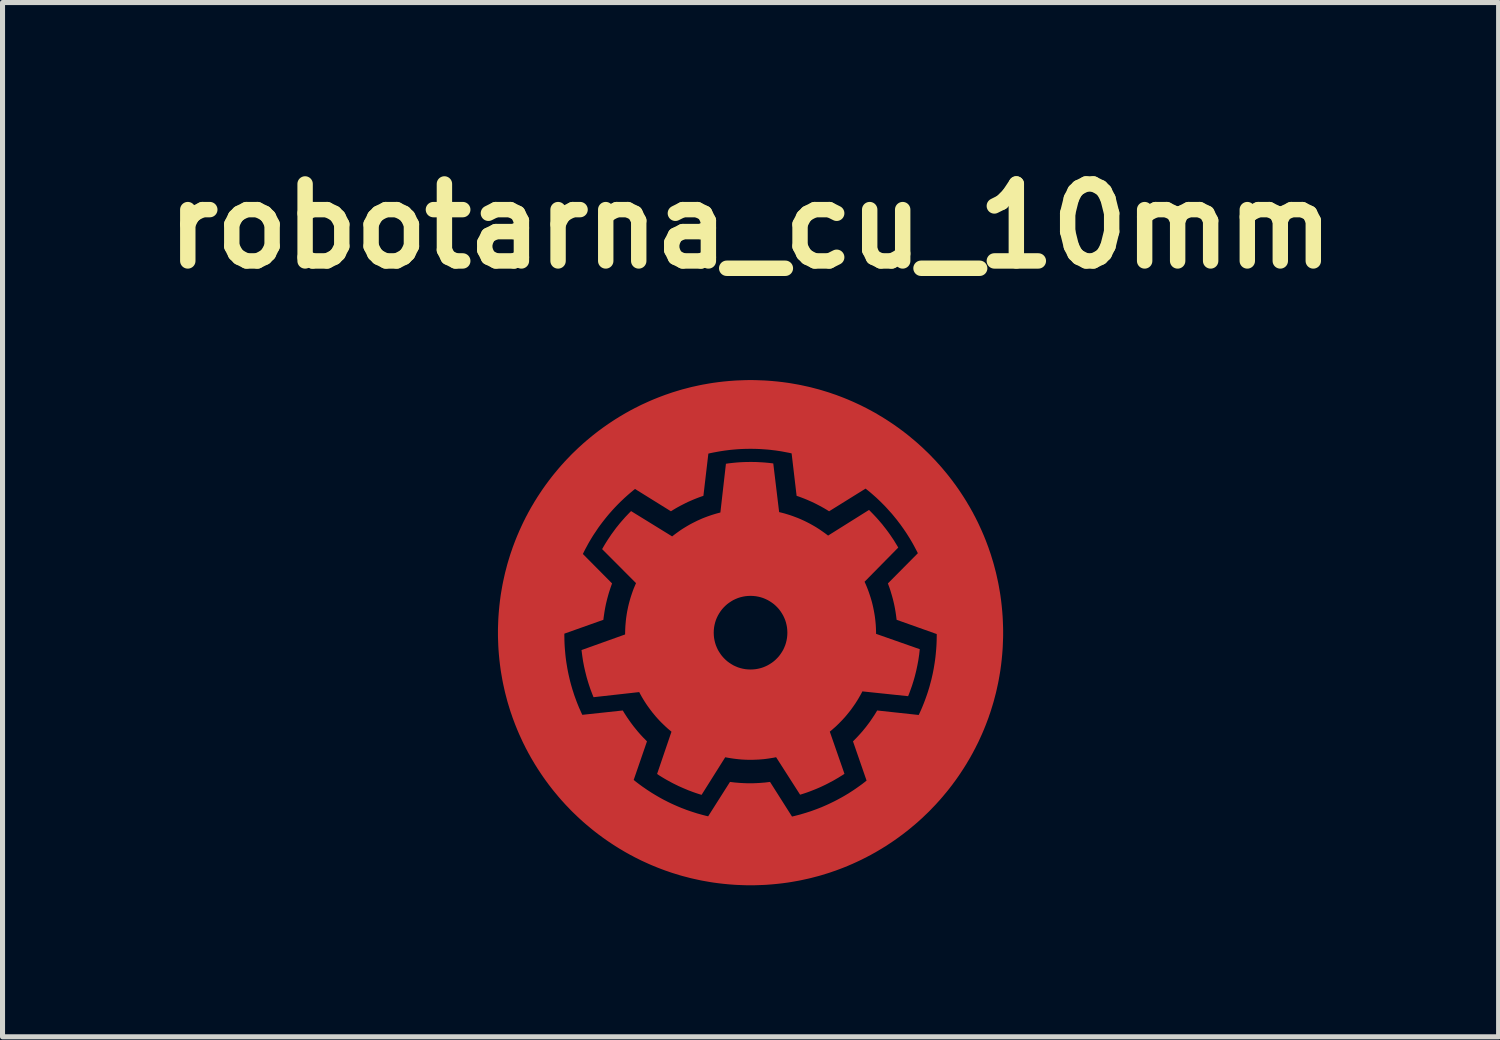
<source format=kicad_pcb>
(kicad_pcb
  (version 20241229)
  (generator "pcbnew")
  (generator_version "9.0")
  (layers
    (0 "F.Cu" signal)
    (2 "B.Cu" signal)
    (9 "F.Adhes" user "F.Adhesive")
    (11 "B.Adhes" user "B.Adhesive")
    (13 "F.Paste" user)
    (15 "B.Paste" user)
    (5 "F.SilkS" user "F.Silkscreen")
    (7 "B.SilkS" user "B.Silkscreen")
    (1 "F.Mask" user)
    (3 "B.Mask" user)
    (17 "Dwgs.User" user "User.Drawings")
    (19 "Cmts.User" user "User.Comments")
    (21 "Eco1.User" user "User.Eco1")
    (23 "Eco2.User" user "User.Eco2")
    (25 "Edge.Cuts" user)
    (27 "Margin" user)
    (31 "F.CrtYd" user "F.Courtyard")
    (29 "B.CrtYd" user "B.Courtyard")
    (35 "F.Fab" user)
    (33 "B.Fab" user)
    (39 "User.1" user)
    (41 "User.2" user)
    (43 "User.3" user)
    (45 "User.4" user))
  (footprint "robotarna_cu_10mm"
    (layer "F.Cu")
    (at 11.807 9.474)
    (property "Reference" "robotarna_cu_10mm" (at 0 -8.048 0) (layer "F.SilkS") (effects (font (size 1.524 1.524) (thickness 0.305))))
    (attr smd)
    (fp_poly (pts (xy -0.000008 0.729) (xy -3.306 0.613) (xy -3.296 0.666) (xy -3.284 0.719) (xy -3.272 0.771) (xy -3.259 0.823) (xy -3.246 0.875) (xy -3.231 0.927) (xy -3.216 0.978) (xy -3.2 1.028) (xy -3.183 1.079) (xy -3.166 1.129) (xy -3.147 1.178) (xy -3.128 1.228) (xy -3.108 1.277) (xy -2.204 1.176) (xy -2.179 1.223) (xy -2.153 1.27) (xy -2.125 1.317) (xy -2.097 1.362) (xy -2.068 1.407) (xy -2.037 1.452) (xy -2.006 1.495) (xy -1.974 1.538) (xy -1.941 1.581) (xy -1.907 1.622) (xy -1.873 1.663) (xy -1.837 1.703) (xy -1.801 1.742) (xy -1.763 1.781) (xy -1.725 1.818) (xy -1.686 1.855) (xy -1.647 1.891) (xy -1.606 1.926) (xy -1.565 1.96) (xy -1.85 2.797) (xy -1.805 2.827) (xy -1.76 2.855) (xy -1.714 2.883) (xy -1.667 2.91) (xy -1.62 2.936) (xy -1.573 2.962) (xy -1.525 2.987) (xy -1.476 3.011) (xy -1.427 3.035) (xy -1.378 3.057) (xy -1.328 3.079) (xy -1.278 3.1) (xy -1.228 3.121) (xy -1.177 3.14) (xy -1.126 3.159) (xy -1.074 3.177) (xy -1.022 3.194) (xy -0.969 3.21) (xy -0.501 2.466) (xy -0.447 2.476) (xy -0.392 2.485) (xy -0.338 2.493) (xy -0.283 2.5) (xy -0.227 2.506) (xy -0.171 2.511) (xy -0.115 2.514) (xy -0.059 2.516) (xy -0.002 2.516) (xy 0.05 2.516) (xy 0.102 2.514) (xy 0.154 2.512) (xy 0.205 2.508) (xy 0.256 2.504) (xy 0.307 2.498) (xy 0.357 2.491) (xy 0.407 2.483) (xy 0.457 2.475) (xy 0.506 2.465) (xy 0.981 3.207) (xy 1.033 3.191) (xy 1.085 3.174) (xy 1.137 3.156) (xy 1.188 3.137) (xy 1.239 3.117) (xy 1.289 3.097) (xy 1.339 3.076) (xy 1.389 3.054) (xy 1.438 3.031) (xy 1.486 3.008) (xy 1.535 2.983) (xy 1.582 2.958) (xy 1.63 2.933) (xy 1.677 2.906) (xy 1.723 2.879) (xy 1.769 2.851) (xy 1.815 2.823) (xy 1.859 2.793) (xy 1.569 1.959) (xy 1.61 1.925) (xy 1.651 1.889) (xy 1.692 1.853) (xy 1.731 1.815) (xy 1.769 1.777) (xy 1.807 1.738) (xy 1.844 1.698) (xy 1.88 1.658) (xy 1.915 1.616) (xy 1.949 1.574) (xy 1.983 1.531) (xy 2.015 1.487) (xy 2.046 1.443) (xy 2.077 1.398) (xy 2.106 1.352) (xy 2.135 1.305) (xy 2.162 1.258) (xy 2.189 1.21) (xy 2.214 1.162) (xy 3.119 1.257) (xy 3.139 1.208) (xy 3.157 1.159) (xy 3.175 1.109) (xy 3.193 1.059) (xy 3.209 1.009) (xy 3.225 0.958) (xy 3.24 0.907) (xy 3.254 0.856) (xy 3.267 0.804) (xy 3.28 0.752) (xy 3.291 0.7) (xy 3.302 0.648) (xy 3.312 0.595) (xy 3.322 0.542) (xy 3.33 0.488) (xy 3.338 0.435) (xy 3.344 0.381) (xy 3.35 0.327) (xy 2.485 0.023) (xy 2.484 -0.035) (xy 2.482 -0.093) (xy 2.479 -0.15) (xy 2.474 -0.207) (xy 2.468 -0.264) (xy 2.461 -0.32) (xy 2.452 -0.375) (xy 2.442 -0.431) (xy 2.431 -0.486) (xy 2.419 -0.54) (xy 2.406 -0.594) (xy 2.391 -0.648) (xy 2.375 -0.701) (xy 2.358 -0.753) (xy 2.34 -0.806) (xy 2.321 -0.857) (xy 2.301 -0.908) (xy 2.28 -0.958) (xy 2.257 -1.008) (xy 2.924 -1.685) (xy 2.895 -1.734) (xy 2.866 -1.781) (xy 2.837 -1.829) (xy 2.806 -1.875) (xy 2.775 -1.921) (xy 2.743 -1.967) (xy 2.71 -2.012) (xy 2.677 -2.056) (xy 2.642 -2.1) (xy 2.608 -2.144) (xy 2.572 -2.186) (xy 2.536 -2.228) (xy 2.499 -2.27) (xy 2.461 -2.311) (xy 2.423 -2.351) (xy 2.384 -2.391) (xy 2.345 -2.43) (xy 1.535 -1.922) (xy 1.492 -1.955) (xy 1.449 -1.986) (xy 1.405 -2.017) (xy 1.361 -2.047) (xy 1.316 -2.076) (xy 1.27 -2.104) (xy 1.223 -2.131) (xy 1.176 -2.157) (xy 1.128 -2.182) (xy 1.08 -2.206) (xy 1.031 -2.229) (xy 0.982 -2.251) (xy 0.931 -2.272) (xy 0.881 -2.291) (xy 0.83 -2.31) (xy 0.778 -2.328) (xy 0.726 -2.344) (xy 0.673 -2.36) (xy 0.62 -2.374) (xy 0.566 -2.387) (xy 0.45 -3.35) (xy 0.396 -3.357) (xy 0.341 -3.363) (xy 0.285 -3.368) (xy 0.23 -3.372) (xy 0.174 -3.375) (xy 0.118 -3.378) (xy 0.062 -3.379) (xy 0.006 -3.38) (xy -0.05 -3.379) (xy -0.106 -3.378) (xy -0.161 -3.376) (xy -0.216 -3.373) (xy -0.271 -3.369) (xy -0.325 -3.364) (xy -0.38 -3.358) (xy -0.434 -3.352) (xy -0.487 -3.344) (xy -0.597 -2.379) (xy -0.65 -2.365) (xy -0.703 -2.35) (xy -0.755 -2.334) (xy -0.806 -2.317) (xy -0.857 -2.299) (xy -0.908 -2.28) (xy -0.958 -2.26) (xy -1.007 -2.238) (xy -1.056 -2.216) (xy -1.104 -2.192) (xy -1.152 -2.168) (xy -1.199 -2.143) (xy -1.246 -2.116) (xy -1.291 -2.089) (xy -1.337 -2.061) (xy -1.381 -2.032) (xy -1.425 -2.001) (xy -1.468 -1.97) (xy -1.511 -1.938) (xy -1.552 -1.906) (xy -2.365 -2.407) (xy -2.404 -2.368) (xy -2.443 -2.327) (xy -2.481 -2.287) (xy -2.518 -2.245) (xy -2.555 -2.203) (xy -2.591 -2.161) (xy -2.626 -2.117) (xy -2.661 -2.074) (xy -2.694 -2.029) (xy -2.727 -1.984) (xy -2.76 -1.939) (xy -2.791 -1.892) (xy -2.822 -1.846) (xy -2.852 -1.799) (xy -2.882 -1.751) (xy -2.91 -1.703) (xy -2.938 -1.654) (xy -2.267 -0.981) (xy -2.288 -0.932) (xy -2.309 -0.883) (xy -2.328 -0.833) (xy -2.346 -0.782) (xy -2.363 -0.731) (xy -2.379 -0.68) (xy -2.394 -0.627) (xy -2.408 -0.575) (xy -2.421 -0.522) (xy -2.432 -0.469) (xy -2.443 -0.415) (xy -2.452 -0.361) (xy -2.46 -0.306) (xy -2.467 -0.251) (xy -2.472 -0.196) (xy -2.477 -0.14) (xy -2.48 -0.084) (xy -2.482 -0.028) (xy -2.483 0.029) (xy -2.483 0.035) (xy -3.346 0.344) (xy -3.339 0.399) (xy -3.332 0.453) (xy -3.324 0.507) (xy -3.316 0.56) (xy -3.306 0.613) (xy -0.000008 0.729) (xy -0.052 0.727) (xy -0.103 0.722) (xy -0.153 0.713) (xy -0.202 0.701) (xy -0.249 0.686) (xy -0.295 0.667) (xy -0.34 0.646) (xy -0.382 0.621) (xy -0.423 0.594) (xy -0.462 0.565) (xy -0.498 0.533) (xy -0.533 0.498) (xy -0.565 0.462) (xy -0.594 0.423) (xy -0.621 0.382) (xy -0.646 0.34) (xy -0.667 0.295) (xy -0.686 0.249) (xy -0.701 0.202) (xy -0.713 0.153) (xy -0.722 0.103) (xy -0.727 0.052) (xy -0.729 0.000017) (xy -0.727 -0.052) (xy -0.722 -0.103) (xy -0.713 -0.153) (xy -0.701 -0.202) (xy -0.686 -0.249) (xy -0.667 -0.295) (xy -0.646 -0.339) (xy -0.621 -0.382) (xy -0.594 -0.423) (xy -0.565 -0.462) (xy -0.533 -0.498) (xy -0.498 -0.533) (xy -0.462 -0.565) (xy -0.423 -0.594) (xy -0.382 -0.621) (xy -0.34 -0.646) (xy -0.295 -0.667) (xy -0.249 -0.686) (xy -0.202 -0.701) (xy -0.153 -0.713) (xy -0.103 -0.722) (xy -0.052 -0.727) (xy -0.000008 -0.729) (xy 0.052 -0.727) (xy 0.103 -0.722) (xy 0.153 -0.713) (xy 0.202 -0.701) (xy 0.249 -0.686) (xy 0.295 -0.667) (xy 0.339 -0.646) (xy 0.382 -0.621) (xy 0.423 -0.594) (xy 0.462 -0.565) (xy 0.498 -0.533) (xy 0.533 -0.498) (xy 0.565 -0.462) (xy 0.594 -0.423) (xy 0.621 -0.382) (xy 0.646 -0.339) (xy 0.667 -0.295) (xy 0.686 -0.249) (xy 0.701 -0.202) (xy 0.713 -0.153) (xy 0.722 -0.103) (xy 0.727 -0.052) (xy 0.729 0.000017) (xy 0.727 0.052) (xy 0.722 0.103) (xy 0.713 0.153) (xy 0.701 0.202) (xy 0.686 0.249) (xy 0.667 0.295) (xy 0.646 0.34) (xy 0.621 0.382) (xy 0.594 0.423) (xy 0.565 0.462) (xy 0.533 0.498) (xy 0.498 0.533) (xy 0.462 0.565) (xy 0.423 0.594) (xy 0.382 0.621) (xy 0.339 0.646) (xy 0.295 0.667) (xy 0.249 0.686) (xy 0.202 0.701) (xy 0.153 0.713) (xy 0.103 0.722) (xy 0.052 0.727) (xy -0.000008 0.729)) (stroke (width 0) (type solid)) (fill yes) (layer "F.Cu"))
    (fp_poly (pts (xy 3.329 1.629) (xy 0.739 4.946) (xy 0.79 4.938) (xy 0.842 4.929) (xy 0.893 4.92) (xy 0.944 4.911) (xy 0.995 4.901) (xy 1.046 4.89) (xy 1.096 4.879) (xy 1.146 4.868) (xy 1.197 4.856) (xy 1.246 4.843) (xy 1.296 4.83) (xy 1.346 4.817) (xy 1.395 4.803) (xy 1.444 4.788) (xy 1.493 4.773) (xy 1.542 4.758) (xy 1.59 4.742) (xy 1.638 4.725) (xy 1.686 4.709) (xy 1.734 4.691) (xy 1.782 4.673) (xy 1.829 4.655) (xy 1.876 4.636) (xy 1.923 4.617) (xy 1.969 4.597) (xy 2.016 4.577) (xy 2.062 4.556) (xy 2.108 4.535) (xy 2.153 4.514) (xy 2.199 4.492) (xy 2.244 4.469) (xy 2.289 4.447) (xy 2.333 4.423) (xy 2.378 4.4) (xy 2.422 4.375) (xy 2.466 4.351) (xy 2.509 4.326) (xy 2.552 4.3) (xy 2.595 4.275) (xy 2.638 4.248) (xy 2.68 4.222) (xy 2.723 4.194) (xy 2.764 4.167) (xy 2.806 4.139) (xy 2.847 4.111) (xy 2.888 4.082) (xy 2.929 4.053) (xy 2.969 4.023) (xy 3.009 3.994) (xy 3.049 3.963) (xy 3.088 3.933) (xy 3.127 3.902) (xy 3.166 3.87) (xy 3.204 3.838) (xy 3.243 3.806) (xy 3.28 3.774) (xy 3.318 3.741) (xy 3.355 3.707) (xy 3.392 3.674) (xy 3.428 3.64) (xy 3.464 3.605) (xy 3.5 3.571) (xy 3.536 3.536) (xy 3.571 3.5) (xy 3.605 3.464) (xy 3.64 3.428) (xy 3.674 3.392) (xy 3.707 3.355) (xy 3.741 3.318) (xy 3.774 3.28) (xy 3.806 3.243) (xy 3.838 3.204) (xy 3.87 3.166) (xy 3.902 3.127) (xy 3.933 3.088) (xy 3.963 3.049) (xy 3.994 3.009) (xy 4.023 2.969) (xy 4.053 2.929) (xy 4.082 2.888) (xy 4.111 2.847) (xy 4.139 2.806) (xy 4.167 2.764) (xy 4.194 2.723) (xy 4.222 2.68) (xy 4.248 2.638) (xy 4.275 2.595) (xy 4.3 2.552) (xy 4.326 2.509) (xy 4.351 2.466) (xy 4.375 2.422) (xy 4.4 2.378) (xy 4.423 2.333) (xy 4.447 2.289) (xy 4.469 2.244) (xy 4.492 2.199) (xy 4.514 2.154) (xy 4.535 2.108) (xy 4.556 2.062) (xy 4.577 2.016) (xy 4.597 1.97) (xy 4.617 1.923) (xy 4.636 1.876) (xy 4.655 1.829) (xy 4.673 1.782) (xy 4.691 1.734) (xy 4.709 1.686) (xy 4.725 1.638) (xy 4.742 1.59) (xy 4.758 1.542) (xy 4.773 1.493) (xy 4.788 1.444) (xy 4.803 1.395) (xy 4.817 1.346) (xy 4.83 1.296) (xy 4.843 1.246) (xy 4.856 1.197) (xy 4.868 1.146) (xy 4.879 1.096) (xy 4.89 1.046) (xy 4.901 0.995) (xy 4.911 0.944) (xy 4.92 0.893) (xy 4.929 0.842) (xy 4.938 0.79) (xy 4.946 0.739) (xy 4.953 0.687) (xy 4.96 0.635) (xy 4.966 0.583) (xy 4.972 0.531) (xy 4.977 0.478) (xy 4.982 0.426) (xy 4.986 0.373) (xy 4.99 0.32) (xy 4.993 0.267) (xy 4.995 0.214) (xy 4.997 0.161) (xy 4.999 0.107) (xy 5 0.054) (xy 5 0.000014) (xy 5 -0.054) (xy 4.999 -0.107) (xy 4.997 -0.161) (xy 4.995 -0.214) (xy 4.993 -0.267) (xy 4.99 -0.32) (xy 4.986 -0.373) (xy 4.982 -0.426) (xy 4.977 -0.478) (xy 4.972 -0.531) (xy 4.966 -0.583) (xy 4.96 -0.635) (xy 4.953 -0.687) (xy 4.946 -0.739) (xy 4.938 -0.79) (xy 4.929 -0.842) (xy 4.92 -0.893) (xy 4.911 -0.944) (xy 4.901 -0.995) (xy 4.89 -1.046) (xy 4.879 -1.096) (xy 4.868 -1.146) (xy 4.856 -1.197) (xy 4.843 -1.246) (xy 4.83 -1.296) (xy 4.817 -1.346) (xy 4.803 -1.395) (xy 4.788 -1.444) (xy 4.773 -1.493) (xy 4.758 -1.542) (xy 4.742 -1.59) (xy 4.725 -1.638) (xy 4.709 -1.686) (xy 4.691 -1.734) (xy 4.673 -1.782) (xy 4.655 -1.829) (xy 4.636 -1.876) (xy 4.617 -1.923) (xy 4.597 -1.969) (xy 4.577 -2.016) (xy 4.556 -2.062) (xy 4.535 -2.108) (xy 4.514 -2.153) (xy 4.492 -2.199) (xy 4.469 -2.244) (xy 4.447 -2.289) (xy 4.423 -2.333) (xy 4.4 -2.378) (xy 4.375 -2.422) (xy 4.351 -2.466) (xy 4.326 -2.509) (xy 4.3 -2.552) (xy 4.275 -2.595) (xy 4.248 -2.638) (xy 4.222 -2.68) (xy 4.194 -2.723) (xy 4.167 -2.764) (xy 4.139 -2.806) (xy 4.111 -2.847) (xy 4.082 -2.888) (xy 4.053 -2.929) (xy 4.023 -2.969) (xy 3.994 -3.009) (xy 3.963 -3.049) (xy 3.933 -3.088) (xy 3.902 -3.127) (xy 3.87 -3.166) (xy 3.838 -3.204) (xy 3.806 -3.243) (xy 3.774 -3.28) (xy 3.741 -3.318) (xy 3.707 -3.355) (xy 3.674 -3.392) (xy 3.64 -3.428) (xy 3.605 -3.464) (xy 3.571 -3.5) (xy 3.536 -3.536) (xy 3.5 -3.571) (xy 3.464 -3.605) (xy 3.428 -3.64) (xy 3.392 -3.674) (xy 3.355 -3.707) (xy 3.318 -3.741) (xy 3.28 -3.774) (xy 3.243 -3.806) (xy 3.204 -3.838) (xy 3.166 -3.87) (xy 3.127 -3.902) (xy 3.088 -3.933) (xy 3.049 -3.963) (xy 3.009 -3.994) (xy 2.969 -4.023) (xy 2.929 -4.053) (xy 2.888 -4.082) (xy 2.847 -4.111) (xy 2.806 -4.139) (xy 2.764 -4.167) (xy 2.723 -4.194) (xy 2.68 -4.222) (xy 2.638 -4.248) (xy 2.595 -4.275) (xy 2.552 -4.3) (xy 2.509 -4.326) (xy 2.466 -4.351) (xy 2.422 -4.375) (xy 2.378 -4.4) (xy 2.333 -4.423) (xy 2.289 -4.447) (xy 2.244 -4.469) (xy 2.199 -4.492) (xy 2.153 -4.514) (xy 2.108 -4.535) (xy 2.062 -4.556) (xy 2.016 -4.577) (xy 1.969 -4.597) (xy 1.923 -4.617) (xy 1.876 -4.636) (xy 1.829 -4.655) (xy 1.782 -4.673) (xy 1.734 -4.691) (xy 1.686 -4.709) (xy 1.638 -4.725) (xy 1.59 -4.742) (xy 1.542 -4.758) (xy 1.493 -4.773) (xy 1.444 -4.788) (xy 1.395 -4.803) (xy 1.346 -4.817) (xy 1.296 -4.83) (xy 1.246 -4.843) (xy 1.197 -4.856) (xy 1.146 -4.868) (xy 1.096 -4.879) (xy 1.046 -4.89) (xy 0.995 -4.901) (xy 0.944 -4.911) (xy 0.893 -4.92) (xy 0.842 -4.929) (xy 0.79 -4.938) (xy 0.739 -4.946) (xy 0.687 -4.953) (xy 0.635 -4.96) (xy 0.583 -4.966) (xy 0.531 -4.972) (xy 0.478 -4.977) (xy 0.426 -4.982) (xy 0.373 -4.986) (xy 0.32 -4.99) (xy 0.267 -4.993) (xy 0.214 -4.995) (xy 0.161 -4.997) (xy 0.107 -4.999) (xy 0.054 -5) (xy -0.000014 -5) (xy -0.054 -5) (xy -0.107 -4.999) (xy -0.161 -4.997) (xy -0.214 -4.995) (xy -0.267 -4.993) (xy -0.32 -4.99) (xy -0.373 -4.986) (xy -0.426 -4.982) (xy -0.478 -4.977) (xy -0.531 -4.972) (xy -0.583 -4.966) (xy -0.635 -4.96) (xy -0.687 -4.953) (xy -0.739 -4.946) (xy -0.79 -4.938) (xy -0.842 -4.929) (xy -0.893 -4.92) (xy -0.944 -4.911) (xy -0.995 -4.901) (xy -1.046 -4.89) (xy -1.096 -4.879) (xy -1.146 -4.868) (xy -1.197 -4.856) (xy -1.246 -4.843) (xy -1.296 -4.83) (xy -1.346 -4.817) (xy -1.395 -4.803) (xy -1.444 -4.788) (xy -1.493 -4.773) (xy -1.542 -4.758) (xy -1.59 -4.742) (xy -1.638 -4.725) (xy -1.686 -4.709) (xy -1.734 -4.691) (xy -1.782 -4.673) (xy -1.829 -4.655) (xy -1.876 -4.636) (xy -1.923 -4.617) (xy -1.97 -4.597) (xy -2.016 -4.577) (xy -2.062 -4.556) (xy -2.108 -4.535) (xy -2.154 -4.514) (xy -2.199 -4.492) (xy -2.244 -4.469) (xy -2.289 -4.447) (xy -2.333 -4.423) (xy -2.378 -4.4) (xy -2.422 -4.375) (xy -2.466 -4.351) (xy -2.509 -4.326) (xy -2.552 -4.3) (xy -2.595 -4.275) (xy -2.638 -4.248) (xy -2.68 -4.222) (xy -2.723 -4.194) (xy -2.764 -4.167) (xy -2.806 -4.139) (xy -2.847 -4.111) (xy -2.888 -4.082) (xy -2.929 -4.053) (xy -2.969 -4.023) (xy -3.009 -3.994) (xy -3.049 -3.963) (xy -3.088 -3.933) (xy -3.127 -3.902) (xy -3.166 -3.87) (xy -3.204 -3.838) (xy -3.243 -3.806) (xy -3.28 -3.774) (xy -3.318 -3.741) (xy -3.355 -3.707) (xy -3.392 -3.674) (xy -3.428 -3.64) (xy -3.464 -3.605) (xy -3.5 -3.571) (xy -3.536 -3.536) (xy -3.571 -3.5) (xy -3.605 -3.464) (xy -3.64 -3.428) (xy -3.674 -3.392) (xy -3.707 -3.355) (xy -3.741 -3.318) (xy -3.774 -3.28) (xy -3.806 -3.243) (xy -3.838 -3.204) (xy -3.87 -3.166) (xy -3.902 -3.127) (xy -3.933 -3.088) (xy -3.963 -3.049) (xy -3.994 -3.009) (xy -4.023 -2.969) (xy -4.053 -2.929) (xy -4.082 -2.888) (xy -4.111 -2.847) (xy -4.139 -2.806) (xy -4.167 -2.764) (xy -4.194 -2.723) (xy -4.222 -2.68) (xy -4.248 -2.638) (xy -4.275 -2.595) (xy -4.3 -2.552) (xy -4.326 -2.509) (xy -4.351 -2.466) (xy -4.375 -2.422) (xy -4.4 -2.378) (xy -4.423 -2.333) (xy -4.447 -2.289) (xy -4.469 -2.244) (xy -4.492 -2.199) (xy -4.514 -2.153) (xy -4.535 -2.108) (xy -4.556 -2.062) (xy -4.577 -2.016) (xy -4.597 -1.969) (xy -4.617 -1.923) (xy -4.636 -1.876) (xy -4.655 -1.829) (xy -4.673 -1.782) (xy -4.691 -1.734) (xy -4.709 -1.686) (xy -4.725 -1.638) (xy -4.742 -1.59) (xy -4.758 -1.542) (xy -4.773 -1.493) (xy -4.788 -1.444) (xy -4.803 -1.395) (xy -4.817 -1.346) (xy -4.83 -1.296) (xy -4.843 -1.246) (xy -4.856 -1.197) (xy -4.868 -1.146) (xy -4.879 -1.096) (xy -4.89 -1.046) (xy -4.901 -0.995) (xy -4.911 -0.944) (xy -4.92 -0.893) (xy -4.929 -0.842) (xy -4.938 -0.79) (xy -4.946 -0.739) (xy -4.953 -0.687) (xy -4.96 -0.635) (xy -4.966 -0.583) (xy -4.972 -0.531) (xy -4.977 -0.478) (xy -4.982 -0.426) (xy -4.986 -0.373) (xy -4.99 -0.32) (xy -4.993 -0.267) (xy -4.995 -0.214) (xy -4.997 -0.161) (xy -4.999 -0.107) (xy -5 -0.054) (xy -5 0.000014) (xy -5 0.054) (xy -4.999 0.107) (xy -4.997 0.161) (xy -4.995 0.214) (xy -4.993 0.267) (xy -4.99 0.32) (xy -4.986 0.373) (xy -4.982 0.426) (xy -4.977 0.478) (xy -4.972 0.531) (xy -4.966 0.583) (xy -4.96 0.635) (xy -4.953 0.687) (xy -4.946 0.739) (xy -4.938 0.79) (xy -4.929 0.842) (xy -4.92 0.893) (xy -4.911 0.944) (xy -4.901 0.995) (xy -4.89 1.046) (xy -4.879 1.096) (xy -4.868 1.146) (xy -4.856 1.197) (xy -4.843 1.246) (xy -4.83 1.296) (xy -4.817 1.346) (xy -4.803 1.395) (xy -4.788 1.444) (xy -4.773 1.493) (xy -4.758 1.542) (xy -4.742 1.59) (xy -4.725 1.638) (xy -4.709 1.686) (xy -4.691 1.734) (xy -4.673 1.782) (xy -4.655 1.829) (xy -4.636 1.876) (xy -4.617 1.923) (xy -4.597 1.97) (xy -4.577 2.016) (xy -4.556 2.062) (xy -4.535 2.108) (xy -4.514 2.154) (xy -4.492 2.199) (xy -4.469 2.244) (xy -4.447 2.289) (xy -4.423 2.333) (xy -4.4 2.378) (xy -4.375 2.422) (xy -4.351 2.466) (xy -4.326 2.509) (xy -4.3 2.552) (xy -4.275 2.595) (xy -4.248 2.638) (xy -4.222 2.68) (xy -4.194 2.723) (xy -4.167 2.764) (xy -4.139 2.806) (xy -4.111 2.847) (xy -4.082 2.888) (xy -4.053 2.929) (xy -4.023 2.969) (xy -3.994 3.009) (xy -3.963 3.049) (xy -3.933 3.088) (xy -3.902 3.127) (xy -3.87 3.166) (xy -3.838 3.204) (xy -3.806 3.243) (xy -3.774 3.28) (xy -3.741 3.318) (xy -3.707 3.355) (xy -3.674 3.392) (xy -3.64 3.428) (xy -3.605 3.464) (xy -3.571 3.5) (xy -3.536 3.536) (xy -3.5 3.571) (xy -3.464 3.605) (xy -3.428 3.64) (xy -3.392 3.674) (xy -3.355 3.707) (xy -3.318 3.741) (xy -3.28 3.774) (xy -3.243 3.806) (xy -3.204 3.838) (xy -3.166 3.87) (xy -3.127 3.902) (xy -3.088 3.933) (xy -3.049 3.963) (xy -3.009 3.994) (xy -2.969 4.023) (xy -2.929 4.053) (xy -2.888 4.082) (xy -2.847 4.111) (xy -2.806 4.139) (xy -2.764 4.167) (xy -2.723 4.194) (xy -2.68 4.222) (xy -2.638 4.248) (xy -2.595 4.275) (xy -2.552 4.3) (xy -2.509 4.326) (xy -2.466 4.351) (xy -2.422 4.375) (xy -2.378 4.4) (xy -2.333 4.423) (xy -2.289 4.447) (xy -2.244 4.469) (xy -2.199 4.492) (xy -2.154 4.514) (xy -2.108 4.535) (xy -2.062 4.556) (xy -2.016 4.577) (xy -1.97 4.597) (xy -1.923 4.617) (xy -1.876 4.636) (xy -1.829 4.655) (xy -1.782 4.673) (xy -1.734 4.691) (xy -1.686 4.709) (xy -1.638 4.725) (xy -1.59 4.742) (xy -1.542 4.758) (xy -1.493 4.773) (xy -1.444 4.788) (xy -1.395 4.803) (xy -1.346 4.817) (xy -1.296 4.83) (xy -1.246 4.843) (xy -1.197 4.856) (xy -1.146 4.868) (xy -1.096 4.879) (xy -1.046 4.89) (xy -0.995 4.901) (xy -0.944 4.911) (xy -0.893 4.92) (xy -0.842 4.929) (xy -0.79 4.938) (xy -0.739 4.946) (xy -0.687 4.953) (xy -0.635 4.96) (xy -0.583 4.966) (xy -0.531 4.972) (xy -0.478 4.977) (xy -0.426 4.982) (xy -0.373 4.986) (xy -0.32 4.99) (xy -0.267 4.993) (xy -0.214 4.995) (xy -0.161 4.997) (xy -0.107 4.999) (xy -0.054 5) (xy -0.000014 5) (xy 0.054 5) (xy 0.107 4.999) (xy 0.161 4.997) (xy 0.214 4.995) (xy 0.267 4.993) (xy 0.32 4.99) (xy 0.373 4.986) (xy 0.426 4.982) (xy 0.478 4.977) (xy 0.531 4.972) (xy 0.583 4.966) (xy 0.635 4.96) (xy 0.687 4.953) (xy 0.739 4.946) (xy 3.329 1.629) (xy 2.507 1.54) (xy 2.478 1.588) (xy 2.449 1.635) (xy 2.418 1.681) (xy 2.387 1.727) (xy 2.355 1.773) (xy 2.322 1.817) (xy 2.288 1.862) (xy 2.253 1.905) (xy 2.218 1.948) (xy 2.181 1.99) (xy 2.144 2.031) (xy 2.106 2.072) (xy 2.068 2.111) (xy 2.028 2.151) (xy 2.297 2.928) (xy 2.254 2.962) (xy 2.211 2.995) (xy 2.167 3.027) (xy 2.122 3.059) (xy 2.078 3.09) (xy 2.032 3.121) (xy 1.987 3.15) (xy 1.941 3.18) (xy 1.894 3.208) (xy 1.847 3.236) (xy 1.799 3.263) (xy 1.751 3.289) (xy 1.703 3.315) (xy 1.654 3.34) (xy 1.605 3.364) (xy 1.555 3.388) (xy 1.505 3.411) (xy 1.455 3.433) (xy 1.404 3.455) (xy 1.353 3.475) (xy 1.301 3.495) (xy 1.249 3.514) (xy 1.197 3.533) (xy 1.144 3.55) (xy 1.091 3.567) (xy 1.037 3.583) (xy 0.984 3.599) (xy 0.93 3.613) (xy 0.875 3.627) (xy 0.821 3.64) (xy 0.386 2.954) (xy 0.337 2.96) (xy 0.288 2.966) (xy 0.239 2.97) (xy 0.189 2.974) (xy 0.14 2.977) (xy 0.09 2.979) (xy 0.04 2.981) (xy -0.011 2.981) (xy -0.061 2.981) (xy -0.111 2.979) (xy -0.161 2.977) (xy -0.211 2.974) (xy -0.26 2.97) (xy -0.309 2.966) (xy -0.358 2.96) (xy -0.407 2.954) (xy -0.839 3.635) (xy -0.894 3.622) (xy -0.948 3.608) (xy -1.002 3.593) (xy -1.056 3.578) (xy -1.109 3.561) (xy -1.162 3.544) (xy -1.215 3.526) (xy -1.267 3.508) (xy -1.319 3.488) (xy -1.371 3.468) (xy -1.422 3.447) (xy -1.473 3.425) (xy -1.523 3.403) (xy -1.573 3.38) (xy -1.623 3.356) (xy -1.672 3.331) (xy -1.721 3.306) (xy -1.769 3.28) (xy -1.817 3.253) (xy -1.865 3.225) (xy -1.912 3.197) (xy -1.958 3.169) (xy -2.004 3.139) (xy -2.05 3.109) (xy -2.095 3.078) (xy -2.14 3.047) (xy -2.184 3.015) (xy -2.228 2.982) (xy -2.271 2.949) (xy -2.313 2.915) (xy -2.05 2.151) (xy -2.089 2.111) (xy -2.128 2.072) (xy -2.166 2.031) (xy -2.203 1.99) (xy -2.239 1.948) (xy -2.274 1.905) (xy -2.309 1.862) (xy -2.343 1.817) (xy -2.376 1.773) (xy -2.408 1.727) (xy -2.44 1.681) (xy -2.47 1.635) (xy -2.5 1.588) (xy -2.529 1.54) (xy -3.33 1.626) (xy -3.353 1.578) (xy -3.374 1.53) (xy -3.396 1.481) (xy -3.416 1.432) (xy -3.436 1.382) (xy -3.455 1.332) (xy -3.473 1.282) (xy -3.491 1.232) (xy -3.507 1.181) (xy -3.524 1.129) (xy -3.539 1.078) (xy -3.554 1.026) (xy -3.568 0.974) (xy -3.581 0.921) (xy -3.593 0.869) (xy -3.605 0.816) (xy -3.616 0.762) (xy -3.626 0.709) (xy -3.635 0.655) (xy -3.644 0.601) (xy -3.652 0.546) (xy -3.659 0.492) (xy -3.665 0.437) (xy -3.67 0.382) (xy -3.675 0.326) (xy -3.679 0.271) (xy -3.682 0.215) (xy -3.684 0.159) (xy -3.685 0.102) (xy -3.686 0.046) (xy -3.685 0.019) (xy -2.913 -0.255) (xy -2.907 -0.308) (xy -2.899 -0.362) (xy -2.891 -0.415) (xy -2.882 -0.467) (xy -2.872 -0.52) (xy -2.861 -0.572) (xy -2.849 -0.623) (xy -2.836 -0.675) (xy -2.822 -0.726) (xy -2.808 -0.776) (xy -2.792 -0.827) (xy -2.776 -0.876) (xy -2.759 -0.926) (xy -2.741 -0.975) (xy -3.319 -1.558) (xy -3.294 -1.609) (xy -3.269 -1.658) (xy -3.242 -1.707) (xy -3.216 -1.756) (xy -3.188 -1.805) (xy -3.16 -1.852) (xy -3.131 -1.9) (xy -3.101 -1.947) (xy -3.07 -1.993) (xy -3.039 -2.039) (xy -3.008 -2.085) (xy -2.975 -2.13) (xy -2.942 -2.174) (xy -2.908 -2.218) (xy -2.874 -2.261) (xy -2.839 -2.304) (xy -2.803 -2.347) (xy -2.767 -2.388) (xy -2.73 -2.43) (xy -2.693 -2.47) (xy -2.655 -2.51) (xy -2.616 -2.55) (xy -2.577 -2.589) (xy -2.537 -2.627) (xy -2.497 -2.665) (xy -2.456 -2.702) (xy -2.414 -2.739) (xy -2.372 -2.775) (xy -2.33 -2.81) (xy -2.287 -2.845) (xy -1.576 -2.403) (xy -1.53 -2.432) (xy -1.483 -2.46) (xy -1.436 -2.487) (xy -1.388 -2.513) (xy -1.339 -2.538) (xy -1.29 -2.563) (xy -1.241 -2.587) (xy -1.191 -2.609) (xy -1.14 -2.631) (xy -1.089 -2.652) (xy -1.038 -2.672) (xy -0.986 -2.691) (xy -0.933 -2.709) (xy -0.835 -3.545) (xy -0.782 -3.557) (xy -0.727 -3.568) (xy -0.673 -3.578) (xy -0.618 -3.588) (xy -0.563 -3.597) (xy -0.508 -3.605) (xy -0.453 -3.612) (xy -0.397 -3.619) (xy -0.341 -3.624) (xy -0.285 -3.629) (xy -0.228 -3.633) (xy -0.171 -3.636) (xy -0.115 -3.638) (xy -0.057 -3.639) (xy -0.000014 -3.64) (xy 0.056 -3.639) (xy 0.111 -3.638) (xy 0.167 -3.636) (xy 0.222 -3.633) (xy 0.277 -3.629) (xy 0.332 -3.625) (xy 0.386 -3.62) (xy 0.441 -3.613) (xy 0.495 -3.607) (xy 0.548 -3.599) (xy 0.602 -3.591) (xy 0.655 -3.581) (xy 0.708 -3.571) (xy 0.761 -3.561) (xy 0.813 -3.549) (xy 0.912 -2.709) (xy 0.965 -2.691) (xy 1.016 -2.672) (xy 1.068 -2.652) (xy 1.119 -2.631) (xy 1.169 -2.609) (xy 1.219 -2.587) (xy 1.269 -2.563) (xy 1.318 -2.538) (xy 1.366 -2.513) (xy 1.414 -2.487) (xy 1.462 -2.46) (xy 1.509 -2.432) (xy 1.555 -2.403) (xy 2.277 -2.852) (xy 2.32 -2.818) (xy 2.363 -2.783) (xy 2.405 -2.747) (xy 2.447 -2.71) (xy 2.488 -2.674) (xy 2.528 -2.636) (xy 2.568 -2.598) (xy 2.607 -2.559) (xy 2.646 -2.52) (xy 2.684 -2.48) (xy 2.721 -2.439) (xy 2.758 -2.398) (xy 2.795 -2.357) (xy 2.83 -2.315) (xy 2.865 -2.272) (xy 2.9 -2.229) (xy 2.933 -2.185) (xy 2.967 -2.141) (xy 2.999 -2.096) (xy 3.031 -2.051) (xy 3.062 -2.005) (xy 3.093 -1.959) (xy 3.122 -1.913) (xy 3.152 -1.865) (xy 3.18 -1.818) (xy 3.208 -1.77) (xy 3.235 -1.721) (xy 3.261 -1.672) (xy 3.287 -1.623) (xy 3.312 -1.573) (xy 2.719 -0.975) (xy 2.737 -0.926) (xy 2.755 -0.876) (xy 2.771 -0.827) (xy 2.786 -0.776) (xy 2.801 -0.726) (xy 2.815 -0.675) (xy 2.828 -0.623) (xy 2.84 -0.572) (xy 2.851 -0.52) (xy 2.861 -0.467) (xy 2.87 -0.415) (xy 2.878 -0.362) (xy 2.885 -0.308) (xy 2.892 -0.255) (xy 3.685 0.027) (xy 3.686 0.046) (xy 3.685 0.102) (xy 3.684 0.159) (xy 3.682 0.215) (xy 3.679 0.271) (xy 3.675 0.327) (xy 3.67 0.382) (xy 3.665 0.437) (xy 3.659 0.492) (xy 3.652 0.547) (xy 3.644 0.601) (xy 3.635 0.656) (xy 3.626 0.71) (xy 3.616 0.763) (xy 3.605 0.817) (xy 3.593 0.87) (xy 3.581 0.923) (xy 3.567 0.975) (xy 3.553 1.027) (xy 3.539 1.079) (xy 3.523 1.131) (xy 3.507 1.182) (xy 3.49 1.233) (xy 3.472 1.284) (xy 3.454 1.334) (xy 3.435 1.384) (xy 3.415 1.434) (xy 3.395 1.483) (xy 3.374 1.532) (xy 3.352 1.58) (xy 3.329 1.629)) (stroke (width 0) (type solid)) (fill yes) (layer "F.Cu")))
  (gr_rect
    (start -3 -3)
    (end 26.615 17.474)
    (stroke (width 0.1) (type default))
    (fill no)
    (layer "Edge.Cuts")))
</source>
